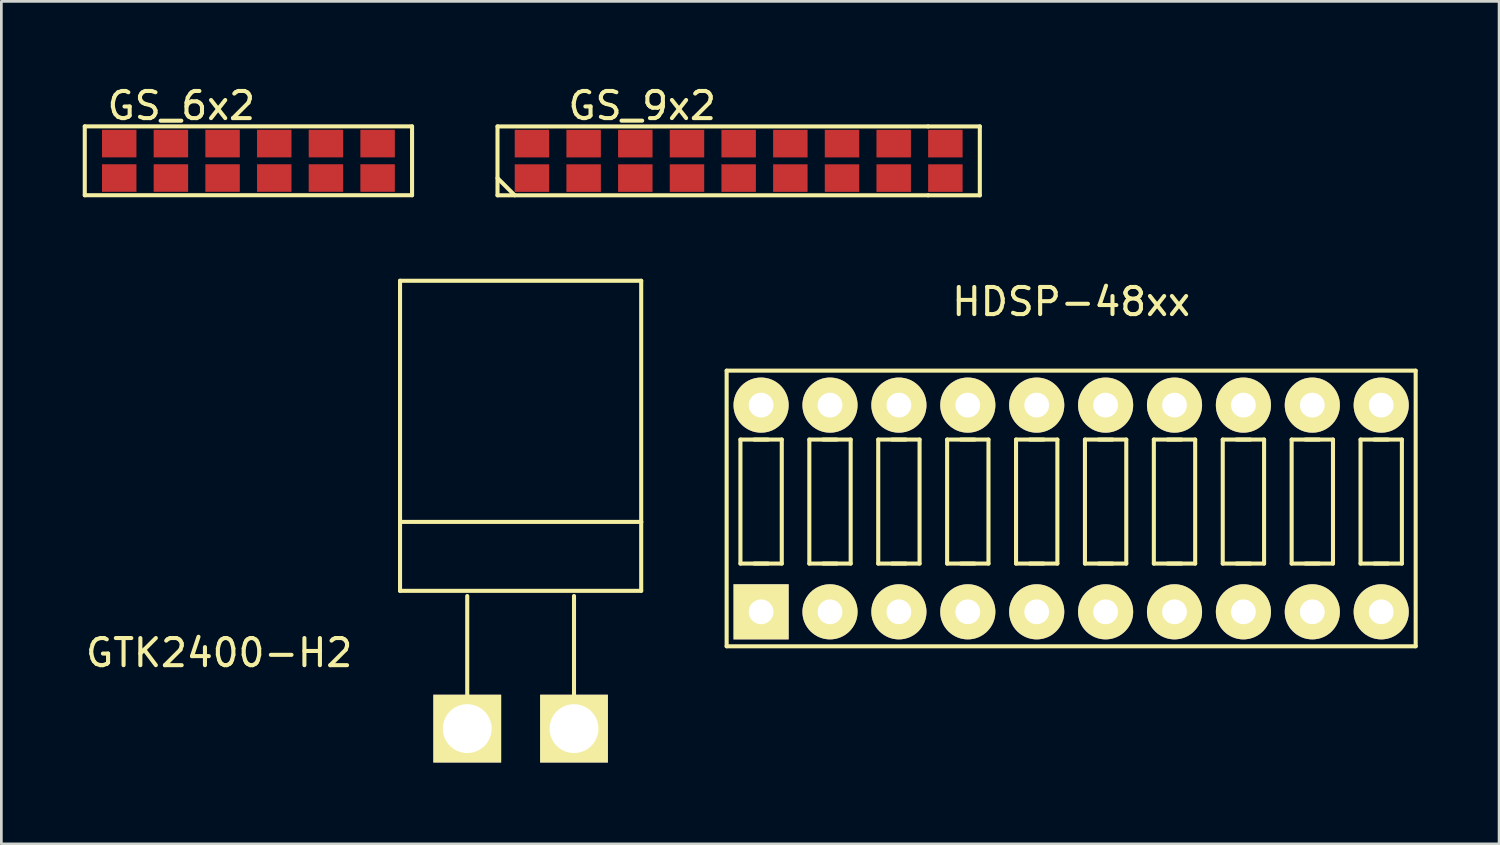
<source format=kicad_pcb>
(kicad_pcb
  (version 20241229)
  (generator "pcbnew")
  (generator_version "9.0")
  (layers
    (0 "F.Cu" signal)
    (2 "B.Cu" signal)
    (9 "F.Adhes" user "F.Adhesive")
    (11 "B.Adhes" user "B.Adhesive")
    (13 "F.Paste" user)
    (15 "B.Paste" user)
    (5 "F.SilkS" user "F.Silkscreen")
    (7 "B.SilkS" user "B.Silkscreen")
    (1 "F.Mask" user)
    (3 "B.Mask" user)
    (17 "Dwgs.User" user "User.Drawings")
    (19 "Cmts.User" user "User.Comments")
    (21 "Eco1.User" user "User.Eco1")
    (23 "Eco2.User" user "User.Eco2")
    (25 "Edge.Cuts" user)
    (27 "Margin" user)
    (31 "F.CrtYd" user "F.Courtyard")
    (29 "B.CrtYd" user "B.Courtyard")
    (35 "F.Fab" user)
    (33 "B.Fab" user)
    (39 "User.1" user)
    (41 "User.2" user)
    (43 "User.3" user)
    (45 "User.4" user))
  (footprint "GS_6x2"
    (layer "F.Cu")
    (at 5.79 2.878)
    (property "Reference" "GS_6x2" (at -2.156 -2.029 0) (layer "F.SilkS") (effects (font (size 1 1) (thickness 0.15))))
    (attr through_hole)
    (fp_line (start -5.715 -1.27) (end 6.35 -1.27) (stroke (width 0.15) (type solid)) (layer "F.SilkS"))
    (fp_line (start -5.715 1.27) (end -5.715 -1.27) (stroke (width 0.15) (type solid)) (layer "F.SilkS"))
    (fp_line (start 6.35 -1.27) (end 6.35 1.27) (stroke (width 0.15) (type solid)) (layer "F.SilkS"))
    (fp_line (start 6.35 1.27) (end -5.715 1.27) (stroke (width 0.15) (type solid)) (layer "F.SilkS"))
    (pad "1" smd rect (at -4.445 0.635) (size 1.27 1.016) (layers "F.Cu" "F.Mask" "F.Paste"))
    (pad "2" smd rect (at -4.445 -0.635) (size 1.27 1.016) (layers "F.Cu" "F.Mask" "F.Paste"))
    (pad "3" smd rect (at -2.54 0.635) (size 1.27 1.016) (layers "F.Cu" "F.Mask" "F.Paste"))
    (pad "4" smd rect (at -2.54 -0.635) (size 1.27 1.016) (layers "F.Cu" "F.Mask" "F.Paste"))
    (pad "5" smd rect (at -0.635 0.635) (size 1.27 1.016) (layers "F.Cu" "F.Mask" "F.Paste"))
    (pad "6" smd rect (at -0.635 -0.635) (size 1.27 1.016) (layers "F.Cu" "F.Mask" "F.Paste"))
    (pad "7" smd rect (at 1.27 0.635) (size 1.27 1.016) (layers "F.Cu" "F.Mask" "F.Paste"))
    (pad "8" smd rect (at 1.27 -0.635) (size 1.27 1.016) (layers "F.Cu" "F.Mask" "F.Paste"))
    (pad "9" smd rect (at 3.175 0.635) (size 1.27 1.016) (layers "F.Cu" "F.Mask" "F.Paste"))
    (pad "10" smd rect (at 3.175 -0.635) (size 1.27 1.016) (layers "F.Cu" "F.Mask" "F.Paste"))
    (pad "11" smd rect (at 5.08 0.635) (size 1.27 1.016) (layers "F.Cu" "F.Mask" "F.Paste"))
    (pad "12" smd rect (at 5.08 -0.635) (size 1.27 1.016) (layers "F.Cu" "F.Mask" "F.Paste")))
  (footprint "GS_9x2"
    (layer "F.Cu")
    (at 24.18 2.88)
    (property "Reference" "GS_9x2" (at -3.556 -2.032 0) (layer "F.SilkS") (effects (font (size 1 1) (thickness 0.15))))
    (attr through_hole)
    (fp_line (start -8.89 -1.27) (end 6.985 -1.27) (stroke (width 0.15) (type solid)) (layer "F.SilkS"))
    (fp_line (start -8.89 0.635) (end -8.255 1.27) (stroke (width 0.15) (type solid)) (layer "F.SilkS"))
    (fp_line (start -8.89 1.27) (end -8.89 -1.27) (stroke (width 0.15) (type solid)) (layer "F.SilkS"))
    (fp_line (start 6.985 -1.27) (end 8.89 -1.27) (stroke (width 0.15) (type solid)) (layer "F.SilkS"))
    (fp_line (start 6.985 1.27) (end -8.89 1.27) (stroke (width 0.15) (type solid)) (layer "F.SilkS"))
    (fp_line (start 8.89 -1.27) (end 8.89 1.27) (stroke (width 0.15) (type solid)) (layer "F.SilkS"))
    (fp_line (start 8.89 1.27) (end 6.985 1.27) (stroke (width 0.15) (type solid)) (layer "F.SilkS"))
    (pad "1" smd rect (at -7.62 0.635) (size 1.27 1.016) (layers "F.Cu" "F.Mask" "F.Paste"))
    (pad "2" smd rect (at -7.62 -0.635) (size 1.27 1.016) (layers "F.Cu" "F.Mask" "F.Paste"))
    (pad "3" smd rect (at -5.715 0.635) (size 1.27 1.016) (layers "F.Cu" "F.Mask" "F.Paste"))
    (pad "4" smd rect (at -5.715 -0.635) (size 1.27 1.016) (layers "F.Cu" "F.Mask" "F.Paste"))
    (pad "5" smd rect (at -3.81 0.635) (size 1.27 1.016) (layers "F.Cu" "F.Mask" "F.Paste"))
    (pad "6" smd rect (at -3.81 -0.635) (size 1.27 1.016) (layers "F.Cu" "F.Mask" "F.Paste"))
    (pad "7" smd rect (at -1.905 0.635) (size 1.27 1.016) (layers "F.Cu" "F.Mask" "F.Paste"))
    (pad "8" smd rect (at -1.905 -0.635) (size 1.27 1.016) (layers "F.Cu" "F.Mask" "F.Paste"))
    (pad "9" smd rect (at 0 0.635) (size 1.27 1.016) (layers "F.Cu" "F.Mask" "F.Paste"))
    (pad "10" smd rect (at 0 -0.635) (size 1.27 1.016) (layers "F.Cu" "F.Mask" "F.Paste"))
    (pad "11" smd rect (at 1.905 0.635) (size 1.27 1.016) (layers "F.Cu" "F.Mask" "F.Paste"))
    (pad "12" smd rect (at 1.905 -0.635) (size 1.27 1.016) (layers "F.Cu" "F.Mask" "F.Paste"))
    (pad "13" smd rect (at 3.81 0.635) (size 1.27 1.016) (layers "F.Cu" "F.Mask" "F.Paste"))
    (pad "14" smd rect (at 3.81 -0.635) (size 1.27 1.016) (layers "F.Cu" "F.Mask" "F.Paste"))
    (pad "15" smd rect (at 5.715 0.635) (size 1.27 1.016) (layers "F.Cu" "F.Mask" "F.Paste"))
    (pad "16" smd rect (at 5.715 -0.635) (size 1.27 1.016) (layers "F.Cu" "F.Mask" "F.Paste"))
    (pad "17" smd rect (at 7.62 0.635) (size 1.27 1.016) (layers "F.Cu" "F.Mask" "F.Paste"))
    (pad "18" smd rect (at 7.62 -0.635) (size 1.27 1.016) (layers "F.Cu" "F.Mask" "F.Paste")))
  (footprint "HDSP-48xx"
    (layer "F.Cu")
    (at 36.437 15.694)
    (property "Reference" "HDSP-48xx" (at 0 -7.62 0) (layer "F.SilkS") (effects (font (size 1 1) (thickness 0.15))))
    (attr through_hole)
    (fp_line (start -12.7 -5.08) (end 12.7 -5.08) (stroke (width 0.15) (type solid)) (layer "F.SilkS"))
    (fp_line (start -12.7 5.08) (end -12.7 -5.08) (stroke (width 0.15) (type solid)) (layer "F.SilkS"))
    (fp_line (start -12.192 -2.54) (end -10.668 -2.54) (stroke (width 0.15) (type solid)) (layer "F.SilkS"))
    (fp_line (start -12.192 2.032) (end -12.192 -2.54) (stroke (width 0.15) (type solid)) (layer "F.SilkS"))
    (fp_line (start -11.684 -2.54) (end -11.176 -2.54) (stroke (width 0.15) (type solid)) (layer "F.SilkS"))
    (fp_line (start -11.176 2.032) (end -11.684 2.032) (stroke (width 0.15) (type solid)) (layer "F.SilkS"))
    (fp_line (start -10.668 -2.54) (end -10.668 2.032) (stroke (width 0.15) (type solid)) (layer "F.SilkS"))
    (fp_line (start -10.668 2.032) (end -12.192 2.032) (stroke (width 0.15) (type solid)) (layer "F.SilkS"))
    (fp_line (start -9.652 -2.54) (end -8.128 -2.54) (stroke (width 0.15) (type solid)) (layer "F.SilkS"))
    (fp_line (start -9.652 2.032) (end -9.652 -2.54) (stroke (width 0.15) (type solid)) (layer "F.SilkS"))
    (fp_line (start -9.144 2.032) (end -8.636 2.032) (stroke (width 0.15) (type solid)) (layer "F.SilkS"))
    (fp_line (start -8.636 -2.54) (end -9.144 -2.54) (stroke (width 0.15) (type solid)) (layer "F.SilkS"))
    (fp_line (start -8.128 -2.54) (end -8.128 2.032) (stroke (width 0.15) (type solid)) (layer "F.SilkS"))
    (fp_line (start -8.128 2.032) (end -9.652 2.032) (stroke (width 0.15) (type solid)) (layer "F.SilkS"))
    (fp_line (start -7.112 -2.54) (end -5.588 -2.54) (stroke (width 0.15) (type solid)) (layer "F.SilkS"))
    (fp_line (start -7.112 2.032) (end -7.112 -2.54) (stroke (width 0.15) (type solid)) (layer "F.SilkS"))
    (fp_line (start -6.604 2.032) (end -6.096 2.032) (stroke (width 0.15) (type solid)) (layer "F.SilkS"))
    (fp_line (start -6.096 -2.54) (end -6.604 -2.54) (stroke (width 0.15) (type solid)) (layer "F.SilkS"))
    (fp_line (start -5.588 -2.54) (end -5.588 2.032) (stroke (width 0.15) (type solid)) (layer "F.SilkS"))
    (fp_line (start -5.588 2.032) (end -7.112 2.032) (stroke (width 0.15) (type solid)) (layer "F.SilkS"))
    (fp_line (start -4.572 -2.54) (end -4.572 2.032) (stroke (width 0.15) (type solid)) (layer "F.SilkS"))
    (fp_line (start -4.572 2.032) (end -3.048 2.032) (stroke (width 0.15) (type solid)) (layer "F.SilkS"))
    (fp_line (start -4.064 2.032) (end -3.556 2.032) (stroke (width 0.15) (type solid)) (layer "F.SilkS"))
    (fp_line (start -3.556 -2.54) (end -4.064 -2.54) (stroke (width 0.15) (type solid)) (layer "F.SilkS"))
    (fp_line (start -3.048 -2.54) (end -4.572 -2.54) (stroke (width 0.15) (type solid)) (layer "F.SilkS"))
    (fp_line (start -3.048 2.032) (end -3.048 -2.54) (stroke (width 0.15) (type solid)) (layer "F.SilkS"))
    (fp_line (start -2.032 -2.54) (end -0.508 -2.54) (stroke (width 0.15) (type solid)) (layer "F.SilkS"))
    (fp_line (start -2.032 2.032) (end -2.032 -2.54) (stroke (width 0.15) (type solid)) (layer "F.SilkS"))
    (fp_line (start -1.524 2.032) (end -1.016 2.032) (stroke (width 0.15) (type solid)) (layer "F.SilkS"))
    (fp_line (start -1.016 -2.54) (end -1.524 -2.54) (stroke (width 0.15) (type solid)) (layer "F.SilkS"))
    (fp_line (start -0.508 -2.54) (end -0.508 2.032) (stroke (width 0.15) (type solid)) (layer "F.SilkS"))
    (fp_line (start -0.508 2.032) (end -2.032 2.032) (stroke (width 0.15) (type solid)) (layer "F.SilkS"))
    (fp_line (start 0.508 -2.54) (end 2.032 -2.54) (stroke (width 0.15) (type solid)) (layer "F.SilkS"))
    (fp_line (start 0.508 2.032) (end 0.508 -2.54) (stroke (width 0.15) (type solid)) (layer "F.SilkS"))
    (fp_line (start 1.016 2.032) (end 1.524 2.032) (stroke (width 0.15) (type solid)) (layer "F.SilkS"))
    (fp_line (start 1.524 -2.54) (end 1.016 -2.54) (stroke (width 0.15) (type solid)) (layer "F.SilkS"))
    (fp_line (start 2.032 -2.54) (end 2.032 2.032) (stroke (width 0.15) (type solid)) (layer "F.SilkS"))
    (fp_line (start 2.032 2.032) (end 0.508 2.032) (stroke (width 0.15) (type solid)) (layer "F.SilkS"))
    (fp_line (start 3.048 -2.54) (end 4.572 -2.54) (stroke (width 0.15) (type solid)) (layer "F.SilkS"))
    (fp_line (start 3.048 2.032) (end 3.048 -2.54) (stroke (width 0.15) (type solid)) (layer "F.SilkS"))
    (fp_line (start 3.556 2.032) (end 4.064 2.032) (stroke (width 0.15) (type solid)) (layer "F.SilkS"))
    (fp_line (start 4.064 -2.54) (end 3.556 -2.54) (stroke (width 0.15) (type solid)) (layer "F.SilkS"))
    (fp_line (start 4.572 -2.54) (end 4.572 2.032) (stroke (width 0.15) (type solid)) (layer "F.SilkS"))
    (fp_line (start 4.572 2.032) (end 3.048 2.032) (stroke (width 0.15) (type solid)) (layer "F.SilkS"))
    (fp_line (start 5.588 -2.54) (end 7.112 -2.54) (stroke (width 0.15) (type solid)) (layer "F.SilkS"))
    (fp_line (start 5.588 2.032) (end 5.588 -2.54) (stroke (width 0.15) (type solid)) (layer "F.SilkS"))
    (fp_line (start 6.096 2.032) (end 6.604 2.032) (stroke (width 0.15) (type solid)) (layer "F.SilkS"))
    (fp_line (start 6.604 -2.54) (end 6.096 -2.54) (stroke (width 0.15) (type solid)) (layer "F.SilkS"))
    (fp_line (start 7.112 -2.54) (end 7.112 2.032) (stroke (width 0.15) (type solid)) (layer "F.SilkS"))
    (fp_line (start 7.112 2.032) (end 5.588 2.032) (stroke (width 0.15) (type solid)) (layer "F.SilkS"))
    (fp_line (start 8.128 -2.54) (end 9.652 -2.54) (stroke (width 0.15) (type solid)) (layer "F.SilkS"))
    (fp_line (start 8.128 2.032) (end 8.128 -2.54) (stroke (width 0.15) (type solid)) (layer "F.SilkS"))
    (fp_line (start 8.636 2.032) (end 9.144 2.032) (stroke (width 0.15) (type solid)) (layer "F.SilkS"))
    (fp_line (start 9.144 -2.54) (end 8.636 -2.54) (stroke (width 0.15) (type solid)) (layer "F.SilkS"))
    (fp_line (start 9.652 -2.54) (end 9.652 2.032) (stroke (width 0.15) (type solid)) (layer "F.SilkS"))
    (fp_line (start 9.652 2.032) (end 8.128 2.032) (stroke (width 0.15) (type solid)) (layer "F.SilkS"))
    (fp_line (start 10.668 -2.54) (end 12.192 -2.54) (stroke (width 0.15) (type solid)) (layer "F.SilkS"))
    (fp_line (start 10.668 2.032) (end 10.668 -2.54) (stroke (width 0.15) (type solid)) (layer "F.SilkS"))
    (fp_line (start 11.176 2.032) (end 11.684 2.032) (stroke (width 0.15) (type solid)) (layer "F.SilkS"))
    (fp_line (start 11.684 -2.54) (end 11.176 -2.54) (stroke (width 0.15) (type solid)) (layer "F.SilkS"))
    (fp_line (start 12.192 -2.54) (end 12.192 2.032) (stroke (width 0.15) (type solid)) (layer "F.SilkS"))
    (fp_line (start 12.192 2.032) (end 10.668 2.032) (stroke (width 0.15) (type solid)) (layer "F.SilkS"))
    (fp_line (start 12.7 -5.08) (end 12.7 5.08) (stroke (width 0.15) (type solid)) (layer "F.SilkS"))
    (fp_line (start 12.7 5.08) (end -12.7 5.08) (stroke (width 0.15) (type solid)) (layer "F.SilkS"))
    (pad "1" thru_hole rect (at -11.43 3.81) (size 2.032 2.032) (drill 0.914) (layers "*.Cu" "*.Mask" "F.SilkS"))
    (pad "2" thru_hole circle (at -8.89 3.81) (size 2.032 2.032) (drill 0.914) (layers "*.Cu" "*.Mask" "F.SilkS"))
    (pad "3" thru_hole circle (at -6.35 3.81) (size 2.032 2.032) (drill 0.914) (layers "*.Cu" "*.Mask" "F.SilkS"))
    (pad "4" thru_hole circle (at -3.81 3.81) (size 2.032 2.032) (drill 0.914) (layers "*.Cu" "*.Mask" "F.SilkS"))
    (pad "5" thru_hole circle (at -1.27 3.81) (size 2.032 2.032) (drill 0.914) (layers "*.Cu" "*.Mask" "F.SilkS"))
    (pad "6" thru_hole circle (at 1.27 3.81) (size 2.032 2.032) (drill 0.914) (layers "*.Cu" "*.Mask" "F.SilkS"))
    (pad "7" thru_hole circle (at 3.81 3.81) (size 2.032 2.032) (drill 0.914) (layers "*.Cu" "*.Mask" "F.SilkS"))
    (pad "8" thru_hole circle (at 6.35 3.81) (size 2.032 2.032) (drill 0.914) (layers "*.Cu" "*.Mask" "F.SilkS"))
    (pad "9" thru_hole circle (at 8.89 3.81) (size 2.032 2.032) (drill 0.914) (layers "*.Cu" "*.Mask" "F.SilkS"))
    (pad "10" thru_hole circle (at 11.43 3.81) (size 2.032 2.032) (drill 0.914) (layers "*.Cu" "*.Mask" "F.SilkS"))
    (pad "11" thru_hole circle (at 11.43 -3.81) (size 2.032 2.032) (drill 0.914) (layers "*.Cu" "*.Mask" "F.SilkS"))
    (pad "12" thru_hole circle (at 8.89 -3.81) (size 2.032 2.032) (drill 0.914) (layers "*.Cu" "*.Mask" "F.SilkS"))
    (pad "13" thru_hole circle (at 6.35 -3.81) (size 2.032 2.032) (drill 0.914) (layers "*.Cu" "*.Mask" "F.SilkS"))
    (pad "14" thru_hole circle (at 3.81 -3.81) (size 2.032 2.032) (drill 0.914) (layers "*.Cu" "*.Mask" "F.SilkS"))
    (pad "15" thru_hole circle (at 1.27 -3.81) (size 2.032 2.032) (drill 0.914) (layers "*.Cu" "*.Mask" "F.SilkS"))
    (pad "16" thru_hole circle (at -1.27 -3.81) (size 2.032 2.032) (drill 0.914) (layers "*.Cu" "*.Mask" "F.SilkS"))
    (pad "17" thru_hole circle (at -3.81 -3.81) (size 2.032 2.032) (drill 0.914) (layers "*.Cu" "*.Mask" "F.SilkS"))
    (pad "18" thru_hole circle (at -6.35 -3.81) (size 2.032 2.032) (drill 0.914) (layers "*.Cu" "*.Mask" "F.SilkS"))
    (pad "19" thru_hole circle (at -8.89 -3.81) (size 2.032 2.032) (drill 0.914) (layers "*.Cu" "*.Mask" "F.SilkS"))
    (pad "20" thru_hole circle (at -11.43 -3.81) (size 2.032 2.032) (drill 0.914) (layers "*.Cu" "*.Mask" "F.SilkS")))
  (footprint "GTK2400-H2"
    (layer "F.Cu")
    (at 16.142 23.81)
    (property "Reference" "GTK2400-H2" (at -11.113 -2.794 0) (layer "F.SilkS") (effects (font (size 1 1) (thickness 0.15))))
    (attr through_hole)
    (fp_line (start -4.445 -16.51) (end 4.445 -16.51) (stroke (width 0.15) (type solid)) (layer "F.SilkS"))
    (fp_line (start -4.445 -7.62) (end -4.445 -16.51) (stroke (width 0.15) (type solid)) (layer "F.SilkS"))
    (fp_line (start -4.445 -7.62) (end 4.445 -7.62) (stroke (width 0.15) (type solid)) (layer "F.SilkS"))
    (fp_line (start -4.445 -5.08) (end -4.445 -7.62) (stroke (width 0.15) (type solid)) (layer "F.SilkS"))
    (fp_line (start -1.968 0) (end -1.968 -4.889) (stroke (width 0.15) (type solid)) (layer "F.SilkS"))
    (fp_line (start 1.968 0) (end 1.968 -4.889) (stroke (width 0.15) (type solid)) (layer "F.SilkS"))
    (fp_line (start 4.445 -16.51) (end 4.445 -7.62) (stroke (width 0.15) (type solid)) (layer "F.SilkS"))
    (fp_line (start 4.445 -7.62) (end 4.445 -5.08) (stroke (width 0.15) (type solid)) (layer "F.SilkS"))
    (fp_line (start 4.445 -5.08) (end -4.445 -5.08) (stroke (width 0.15) (type solid)) (layer "F.SilkS"))
    (pad "1" thru_hole rect (at -1.968 0) (size 2.499 2.499) (drill 1.801) (layers "*.Cu" "*.Mask" "F.SilkS"))
    (pad "2" thru_hole rect (at 1.968 0) (size 2.499 2.499) (drill 1.801) (layers "*.Cu" "*.Mask" "F.SilkS")))
  (gr_rect
    (start -3 -3)
    (end 52.212 28.06)
    (stroke (width 0.1) (type default))
    (fill no)
    (layer "Edge.Cuts")))
</source>
